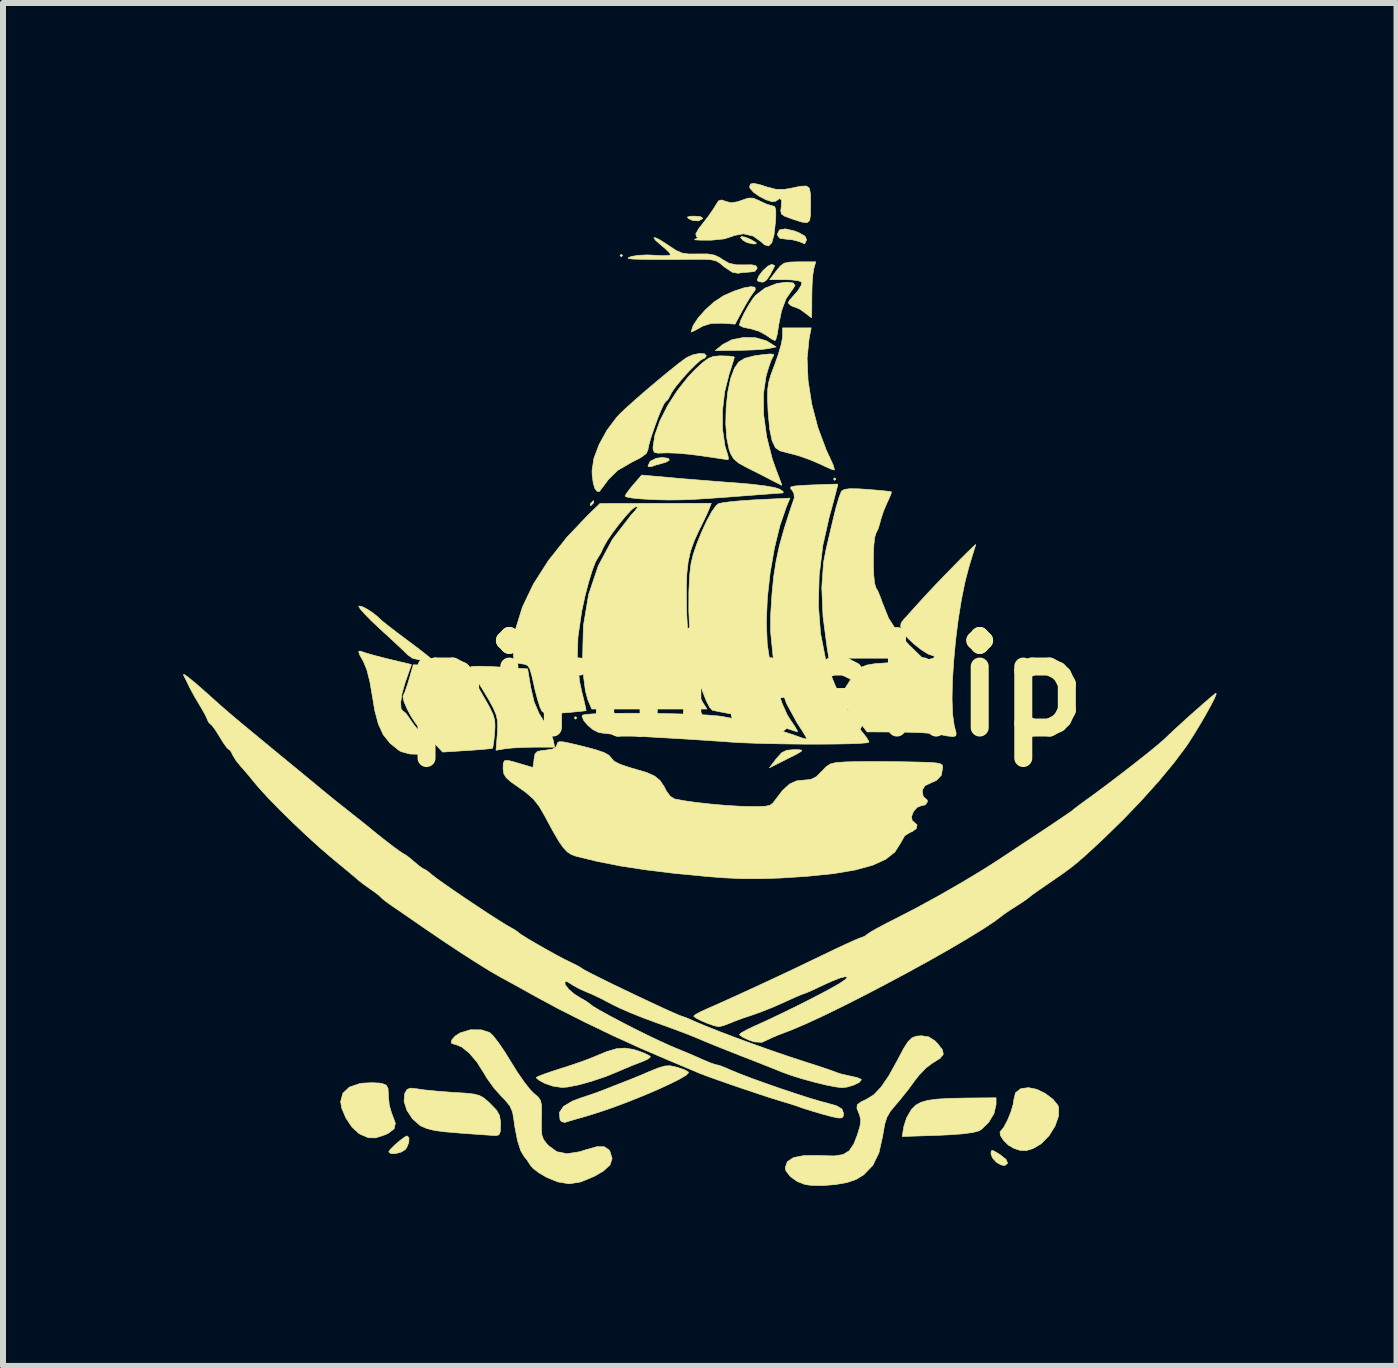
<source format=kicad_pcb>
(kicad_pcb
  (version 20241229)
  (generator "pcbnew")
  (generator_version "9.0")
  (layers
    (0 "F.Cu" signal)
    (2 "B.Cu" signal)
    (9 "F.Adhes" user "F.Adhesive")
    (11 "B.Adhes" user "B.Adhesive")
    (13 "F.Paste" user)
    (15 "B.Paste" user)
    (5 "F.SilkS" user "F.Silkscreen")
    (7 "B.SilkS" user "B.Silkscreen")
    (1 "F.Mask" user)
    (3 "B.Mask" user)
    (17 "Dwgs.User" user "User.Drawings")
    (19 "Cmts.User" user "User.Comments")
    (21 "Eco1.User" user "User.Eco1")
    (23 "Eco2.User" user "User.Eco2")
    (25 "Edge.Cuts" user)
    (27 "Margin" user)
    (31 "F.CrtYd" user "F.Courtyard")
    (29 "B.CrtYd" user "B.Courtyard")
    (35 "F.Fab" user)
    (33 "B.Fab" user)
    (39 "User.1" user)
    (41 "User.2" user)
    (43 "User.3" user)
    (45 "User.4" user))
  (footprint "pirateship"
    (layer "F.Cu")
    (at 9.354 8.382)
    (property "Reference" "pirateship" (at 0 0 0) (layer "F.SilkS") (effects (font (size 1.524 1.524) (thickness 0.3))))
    (attr through_hole)
    (fp_poly (pts (xy -2.794 0.529) (xy -2.815 0.55) (xy -2.836 0.529) (xy -2.815 0.508) (xy -2.794 0.529)) (stroke (width 0.01) (type solid)) (fill yes) (layer "F.SilkS"))
    (fp_poly (pts (xy -2.032 -7.176) (xy -2.053 -7.154) (xy -2.074 -7.176) (xy -2.053 -7.197) (xy -2.032 -7.176)) (stroke (width 0.01) (type solid)) (fill yes) (layer "F.SilkS"))
    (fp_poly (pts (xy 1.524 -3.45) (xy 1.503 -3.429) (xy 1.482 -3.45) (xy 1.503 -3.471) (xy 1.524 -3.45)) (stroke (width 0.01) (type solid)) (fill yes) (layer "F.SilkS"))
    (fp_poly (pts (xy -2.511 -3.063) (xy -2.519 -3.048) (xy -2.559 -3.008) (xy -2.566 -3.006) (xy -2.569 -3.033) (xy -2.561 -3.048) (xy -2.521 -3.088) (xy -2.514 -3.09) (xy -2.511 -3.063)) (stroke (width 0.01) (type solid)) (fill yes) (layer "F.SilkS"))
    (fp_poly (pts (xy -0.732 -7.822) (xy -0.696 -7.797) (xy -0.699 -7.789) (xy -0.765 -7.752) (xy -0.866 -7.759) (xy -0.931 -7.789) (xy -0.952 -7.816) (xy -0.901 -7.829) (xy -0.834 -7.831) (xy -0.732 -7.822)) (stroke (width 0.01) (type solid)) (fill yes) (layer "F.SilkS"))
    (fp_poly (pts (xy 0.018 -7.479) (xy 0.113 -7.437) (xy 0.127 -7.429) (xy 0.195 -7.387) (xy 0.193 -7.37) (xy 0.146 -7.367) (xy 0.043 -7.391) (xy -0.024 -7.428) (xy -0.067 -7.474) (xy -0.048 -7.491) (xy 0.018 -7.479)) (stroke (width 0.01) (type solid)) (fill yes) (layer "F.SilkS"))
    (fp_poly (pts (xy -1.269 -3.796) (xy -1.252 -3.765) (xy -1.314 -3.729) (xy -1.365 -3.715) (xy -1.477 -3.684) (xy -1.535 -3.663) (xy -1.595 -3.654) (xy -1.609 -3.67) (xy -1.57 -3.747) (xy -1.47 -3.797) (xy -1.365 -3.81) (xy -1.269 -3.796)) (stroke (width 0.01) (type solid)) (fill yes) (layer "F.SilkS"))
    (fp_poly (pts (xy 0.911 1.059) (xy 0.954 1.067) (xy 0.942 1.089) (xy 0.867 1.133) (xy 0.723 1.205) (xy 0.684 1.225) (xy 0.415 1.36) (xy 0.53 1.209) (xy 0.617 1.111) (xy 0.703 1.068) (xy 0.816 1.058) (xy 0.911 1.059)) (stroke (width 0.01) (type solid)) (fill yes) (layer "F.SilkS"))
    (fp_poly (pts (xy 4.213 7.777) (xy 4.253 7.802) (xy 4.357 7.884) (xy 4.384 7.948) (xy 4.336 7.988) (xy 4.274 7.976) (xy 4.201 7.935) (xy 4.13 7.858) (xy 4.106 7.789) (xy 4.112 7.741) (xy 4.141 7.737) (xy 4.213 7.777)) (stroke (width 0.01) (type solid)) (fill yes) (layer "F.SilkS"))
    (fp_poly (pts (xy 0.499 -7.011) (xy 0.5 -6.996) (xy 0.425 -6.851) (xy 0.369 -6.77) (xy 0.32 -6.735) (xy 0.29 -6.731) (xy 0.224 -6.748) (xy 0.212 -6.768) (xy 0.241 -6.838) (xy 0.309 -6.925) (xy 0.389 -6.998) (xy 0.451 -7.027) (xy 0.499 -7.011)) (stroke (width 0.01) (type solid)) (fill yes) (layer "F.SilkS"))
    (fp_poly (pts (xy -5.59 7.525) (xy -5.593 7.6) (xy -5.625 7.683) (xy -5.655 7.723) (xy -5.726 7.765) (xy -5.817 7.788) (xy -5.895 7.787) (xy -5.927 7.759) (xy -5.897 7.714) (xy -5.824 7.643) (xy -5.736 7.567) (xy -5.658 7.51) (xy -5.62 7.493) (xy -5.59 7.525)) (stroke (width 0.01) (type solid)) (fill yes) (layer "F.SilkS"))
    (fp_poly (pts (xy 0.187 -5.805) (xy 0.362 -5.755) (xy 0.394 -5.736) (xy 0.527 -5.652) (xy 0.401 -5.625) (xy 0.302 -5.612) (xy 0.146 -5.602) (xy -0.039 -5.596) (xy -0.106 -5.595) (xy -0.487 -5.591) (xy -0.363 -5.692) (xy -0.209 -5.772) (xy -0.014 -5.81) (xy 0.187 -5.805)) (stroke (width 0.01) (type solid)) (fill yes) (layer "F.SilkS"))
    (fp_poly (pts (xy 0.826 -7.586) (xy 0.904 -7.556) (xy 1.008 -7.498) (xy 1.034 -7.439) (xy 1.031 -7.429) (xy 1.007 -7.376) (xy 1.001 -7.369) (xy 0.963 -7.386) (xy 0.91 -7.408) (xy 0.807 -7.435) (xy 0.688 -7.448) (xy 0.59 -7.461) (xy 0.553 -7.506) (xy 0.55 -7.535) (xy 0.583 -7.602) (xy 0.678 -7.619) (xy 0.826 -7.586)) (stroke (width 0.01) (type solid)) (fill yes) (layer "F.SilkS"))
    (fp_poly (pts (xy 4.191 6.969) (xy 4.157 7.118) (xy 4.068 7.267) (xy 3.949 7.383) (xy 3.906 7.408) (xy 3.806 7.436) (xy 3.631 7.459) (xy 3.394 7.476) (xy 3.209 7.484) (xy 2.628 7.503) (xy 2.654 7.339) (xy 2.701 7.192) (xy 2.779 7.057) (xy 2.785 7.048) (xy 2.851 6.983) (xy 2.936 6.935) (xy 3.051 6.901) (xy 3.211 6.88) (xy 3.429 6.867) (xy 3.717 6.862) (xy 3.736 6.862) (xy 4.191 6.858) (xy 4.191 6.969)) (stroke (width 0.01) (type solid)) (fill yes) (layer "F.SilkS"))
    (fp_poly (pts (xy 0.173 -6.647) (xy 0.181 -6.605) (xy 0.155 -6.568) (xy 0.102 -6.494) (xy 0.029 -6.374) (xy -0.032 -6.265) (xy -0.157 -6.032) (xy -0.375 -6.047) (xy -0.553 -6.044) (xy -0.694 -6) (xy -0.741 -5.974) (xy -0.833 -5.923) (xy -0.885 -5.901) (xy -0.889 -5.902) (xy -0.856 -6.007) (xy -0.77 -6.138) (xy -0.646 -6.276) (xy -0.504 -6.403) (xy -0.359 -6.499) (xy -0.339 -6.51) (xy -0.162 -6.586) (xy -0.01 -6.636) (xy 0.105 -6.656) (xy 0.173 -6.647)) (stroke (width 0.01) (type solid)) (fill yes) (layer "F.SilkS"))
    (fp_poly (pts (xy -6.08 6.613) (xy -6.036 6.62) (xy -5.969 6.648) (xy -5.939 6.703) (xy -5.933 6.812) (xy -5.933 6.829) (xy -5.918 6.982) (xy -5.876 7.127) (xy -5.865 7.15) (xy -5.817 7.282) (xy -5.838 7.375) (xy -5.934 7.449) (xy -5.988 7.474) (xy -6.142 7.525) (xy -6.264 7.524) (xy -6.392 7.47) (xy -6.427 7.45) (xy -6.54 7.346) (xy -6.641 7.195) (xy -6.71 7.033) (xy -6.729 6.921) (xy -6.691 6.782) (xy -6.582 6.68) (xy -6.411 6.621) (xy -6.358 6.614) (xy -6.21 6.607) (xy -6.08 6.613)) (stroke (width 0.01) (type solid)) (fill yes) (layer "F.SilkS"))
    (fp_poly (pts (xy 4.867 6.716) (xy 5.012 6.787) (xy 5.139 6.883) (xy 5.221 6.984) (xy 5.233 7.015) (xy 5.233 7.161) (xy 5.175 7.327) (xy 5.074 7.49) (xy 4.943 7.624) (xy 4.811 7.702) (xy 4.692 7.738) (xy 4.592 7.734) (xy 4.487 7.7) (xy 4.395 7.645) (xy 4.315 7.566) (xy 4.263 7.485) (xy 4.257 7.425) (xy 4.268 7.413) (xy 4.32 7.35) (xy 4.381 7.235) (xy 4.437 7.099) (xy 4.476 6.97) (xy 4.486 6.898) (xy 4.515 6.774) (xy 4.604 6.706) (xy 4.732 6.689) (xy 4.867 6.716)) (stroke (width 0.01) (type solid)) (fill yes) (layer "F.SilkS"))
    (fp_poly (pts (xy -6.379 -1.329) (xy -6.292 -1.286) (xy -6.19 -1.219) (xy -6.1 -1.146) (xy -6.075 -1.12) (xy -6.026 -1.077) (xy -5.923 -0.996) (xy -5.783 -0.888) (xy -5.62 -0.766) (xy -5.461 -0.647) (xy -5.33 -0.546) (xy -5.241 -0.474) (xy -5.207 -0.442) (xy -5.207 -0.442) (xy -5.244 -0.431) (xy -5.337 -0.427) (xy -5.366 -0.428) (xy -5.527 -0.463) (xy -5.609 -0.52) (xy -5.673 -0.583) (xy -5.784 -0.688) (xy -5.926 -0.82) (xy -6.075 -0.956) (xy -6.219 -1.092) (xy -6.333 -1.208) (xy -6.406 -1.292) (xy -6.427 -1.333) (xy -6.427 -1.334) (xy -6.379 -1.329)) (stroke (width 0.01) (type solid)) (fill yes) (layer "F.SilkS"))
    (fp_poly (pts (xy 0.812 -6.718) (xy 0.842 -6.675) (xy 0.795 -6.601) (xy 0.782 -6.587) (xy 0.691 -6.452) (xy 0.617 -6.254) (xy 0.569 -6.016) (xy 0.566 -5.993) (xy 0.546 -5.865) (xy 0.523 -5.779) (xy 0.508 -5.757) (xy 0.457 -5.781) (xy 0.373 -5.839) (xy 0.364 -5.846) (xy 0.244 -5.912) (xy 0.101 -5.955) (xy 0.083 -5.958) (xy -0.022 -5.98) (xy -0.081 -6.01) (xy -0.085 -6.019) (xy -0.063 -6.093) (xy -0.008 -6.209) (xy 0.064 -6.339) (xy 0.139 -6.455) (xy 0.185 -6.512) (xy 0.342 -6.632) (xy 0.541 -6.71) (xy 0.704 -6.731) (xy 0.812 -6.718)) (stroke (width 0.01) (type solid)) (fill yes) (layer "F.SilkS"))
    (fp_poly (pts (xy -4.23 -0.327) (xy -4.074 -0.318) (xy -3.613 -0.288) (xy -3.561 0.025) (xy -3.506 0.261) (xy -3.424 0.454) (xy -3.36 0.558) (xy -3.276 0.696) (xy -3.213 0.825) (xy -3.188 0.897) (xy -3.164 1.016) (xy -3.498 1.016) (xy -3.681 1.02) (xy -3.853 1.029) (xy -3.978 1.041) (xy -3.985 1.042) (xy -4.14 1.068) (xy -4.118 0.794) (xy -4.111 0.676) (xy -4.115 0.577) (xy -4.136 0.481) (xy -4.181 0.372) (xy -4.256 0.233) (xy -4.366 0.05) (xy -4.457 -0.097) (xy -4.521 -0.211) (xy -4.557 -0.295) (xy -4.559 -0.324) (xy -4.509 -0.331) (xy -4.393 -0.332) (xy -4.23 -0.327)) (stroke (width 0.01) (type solid)) (fill yes) (layer "F.SilkS"))
    (fp_poly (pts (xy -1.854 6.052) (xy -1.783 6.073) (xy -1.663 6.118) (xy -1.584 6.158) (xy -1.566 6.176) (xy -1.602 6.208) (xy -1.691 6.25) (xy -1.725 6.263) (xy -1.86 6.315) (xy -2.022 6.383) (xy -2.095 6.415) (xy -2.314 6.504) (xy -2.545 6.582) (xy -2.764 6.643) (xy -2.948 6.679) (xy -3.042 6.686) (xy -3.192 6.664) (xy -3.334 6.615) (xy -3.424 6.564) (xy -3.47 6.526) (xy -3.471 6.522) (xy -3.434 6.5) (xy -3.332 6.461) (xy -3.185 6.411) (xy -3.08 6.377) (xy -2.887 6.315) (xy -2.704 6.252) (xy -2.561 6.198) (xy -2.519 6.181) (xy -2.302 6.091) (xy -2.135 6.041) (xy -1.993 6.03) (xy -1.854 6.052)) (stroke (width 0.01) (type solid)) (fill yes) (layer "F.SilkS"))
    (fp_poly (pts (xy -1.227 -3.474) (xy -0.99 -3.453) (xy -0.705 -3.43) (xy -0.407 -3.406) (xy -0.133 -3.386) (xy 0.131 -3.363) (xy 0.348 -3.336) (xy 0.506 -3.308) (xy 0.587 -3.281) (xy 0.647 -3.239) (xy 0.64 -3.219) (xy 0.635 -3.218) (xy 0.574 -3.215) (xy 0.444 -3.205) (xy 0.257 -3.191) (xy 0.029 -3.174) (xy -0.226 -3.155) (xy -0.233 -3.154) (xy -0.564 -3.13) (xy -0.832 -3.113) (xy -1.057 -3.104) (xy -1.258 -3.102) (xy -1.456 -3.106) (xy -1.672 -3.117) (xy -1.746 -3.122) (xy -1.877 -3.135) (xy -1.965 -3.152) (xy -1.99 -3.167) (xy -1.964 -3.214) (xy -1.899 -3.3) (xy -1.851 -3.357) (xy -1.713 -3.517) (xy -1.227 -3.474)) (stroke (width 0.01) (type solid)) (fill yes) (layer "F.SilkS"))
    (fp_poly (pts (xy 0.263 -8.353) (xy 0.377 -8.316) (xy 0.528 -8.277) (xy 0.672 -8.278) (xy 0.771 -8.295) (xy 0.934 -8.329) (xy 1.032 -8.333) (xy 1.081 -8.296) (xy 1.099 -8.202) (xy 1.101 -8.039) (xy 1.101 -8.022) (xy 1.099 -7.853) (xy 1.085 -7.757) (xy 1.041 -7.721) (xy 0.952 -7.733) (xy 0.803 -7.781) (xy 0.791 -7.785) (xy 0.672 -7.828) (xy 0.615 -7.867) (xy 0.604 -7.923) (xy 0.613 -7.99) (xy 0.62 -8.095) (xy 0.588 -8.126) (xy 0.521 -8.081) (xy 0.519 -8.08) (xy 0.458 -8.072) (xy 0.358 -8.104) (xy 0.246 -8.162) (xy 0.149 -8.231) (xy 0.091 -8.297) (xy 0.085 -8.32) (xy 0.1 -8.366) (xy 0.155 -8.377) (xy 0.263 -8.353)) (stroke (width 0.01) (type solid)) (fill yes) (layer "F.SilkS"))
    (fp_poly (pts (xy 1.154 -6.953) (xy 1.139 -6.856) (xy 1.127 -6.704) (xy 1.122 -6.526) (xy 1.122 -6.488) (xy 1.121 -6.328) (xy 1.12 -6.206) (xy 1.118 -6.143) (xy 1.117 -6.138) (xy 1.084 -6.161) (xy 1.012 -6.217) (xy 1.004 -6.223) (xy 0.92 -6.282) (xy 0.862 -6.308) (xy 0.861 -6.308) (xy 0.797 -6.329) (xy 0.766 -6.347) (xy 0.727 -6.386) (xy 0.756 -6.437) (xy 0.766 -6.447) (xy 0.893 -6.592) (xy 0.951 -6.69) (xy 0.951 -6.733) (xy 0.899 -6.754) (xy 0.788 -6.769) (xy 0.673 -6.773) (xy 0.419 -6.773) (xy 0.532 -6.921) (xy 0.599 -7.002) (xy 0.661 -7.047) (xy 0.748 -7.065) (xy 0.887 -7.07) (xy 0.916 -7.07) (xy 1.187 -7.07) (xy 1.154 -6.953)) (stroke (width 0.01) (type solid)) (fill yes) (layer "F.SilkS"))
    (fp_poly (pts (xy -5.098 -0.344) (xy -4.919 -0.339) (xy -4.789 -0.329) (xy -4.693 -0.3) (xy -4.615 -0.244) (xy -4.539 -0.148) (xy -4.449 -0.002) (xy -4.338 0.191) (xy -4.245 0.355) (xy -4.189 0.473) (xy -4.162 0.569) (xy -4.157 0.668) (xy -4.163 0.776) (xy -4.176 0.91) (xy -4.19 1.005) (xy -4.198 1.035) (xy -4.244 1.042) (xy -4.355 1.053) (xy -4.512 1.065) (xy -4.62 1.072) (xy -5.029 1.098) (xy -5.171 0.947) (xy -5.272 0.841) (xy -5.362 0.751) (xy -5.389 0.726) (xy -5.467 0.636) (xy -5.549 0.513) (xy -5.621 0.38) (xy -5.672 0.26) (xy -5.691 0.177) (xy -5.686 0.159) (xy -5.656 0.091) (xy -5.614 -0.029) (xy -5.585 -0.125) (xy -5.519 -0.356) (xy -5.098 -0.344)) (stroke (width 0.01) (type solid)) (fill yes) (layer "F.SilkS"))
    (fp_poly (pts (xy -5.458 6.708) (xy -5.442 6.711) (xy -5.324 6.728) (xy -5.151 6.745) (xy -4.95 6.761) (xy -4.838 6.769) (xy -4.643 6.781) (xy -4.51 6.796) (xy -4.419 6.819) (xy -4.349 6.857) (xy -4.277 6.917) (xy -4.235 6.957) (xy -4.133 7.063) (xy -4.082 7.151) (xy -4.065 7.255) (xy -4.064 7.306) (xy -4.069 7.422) (xy -4.091 7.475) (xy -4.141 7.488) (xy -4.159 7.487) (xy -4.238 7.482) (xy -4.381 7.472) (xy -4.566 7.459) (xy -4.757 7.445) (xy -4.994 7.425) (xy -5.166 7.402) (xy -5.288 7.372) (xy -5.381 7.333) (xy -5.407 7.318) (xy -5.532 7.208) (xy -5.625 7.066) (xy -5.672 6.917) (xy -5.661 6.788) (xy -5.658 6.78) (xy -5.619 6.717) (xy -5.563 6.697) (xy -5.458 6.708)) (stroke (width 0.01) (type solid)) (fill yes) (layer "F.SilkS"))
    (fp_poly (pts (xy -0.257 -5.499) (xy -0.182 -5.489) (xy -0.169 -5.481) (xy -0.182 -5.432) (xy -0.215 -5.327) (xy -0.256 -5.2) (xy -0.331 -4.904) (xy -0.367 -4.588) (xy -0.366 -4.278) (xy -0.325 -3.999) (xy -0.276 -3.842) (xy -0.266 -3.784) (xy -0.281 -3.773) (xy -0.336 -3.781) (xy -0.455 -3.799) (xy -0.617 -3.823) (xy -0.72 -3.838) (xy -0.922 -3.864) (xy -1.119 -3.881) (xy -1.277 -3.887) (xy -1.323 -3.886) (xy -1.444 -3.882) (xy -1.503 -3.896) (xy -1.522 -3.939) (xy -1.524 -3.983) (xy -1.493 -4.184) (xy -1.409 -4.42) (xy -1.28 -4.675) (xy -1.117 -4.928) (xy -0.931 -5.162) (xy -0.816 -5.281) (xy -0.691 -5.396) (xy -0.6 -5.462) (xy -0.517 -5.494) (xy -0.417 -5.503) (xy -0.376 -5.503) (xy -0.257 -5.499)) (stroke (width 0.01) (type solid)) (fill yes) (layer "F.SilkS"))
    (fp_poly (pts (xy 0.482 -5.53) (xy 0.485 -5.507) (xy 0.477 -5.495) (xy 0.443 -5.427) (xy 0.4 -5.305) (xy 0.359 -5.165) (xy 0.315 -4.867) (xy 0.319 -4.523) (xy 0.369 -4.156) (xy 0.462 -3.788) (xy 0.529 -3.599) (xy 0.579 -3.469) (xy 0.612 -3.378) (xy 0.621 -3.346) (xy 0.583 -3.365) (xy 0.495 -3.41) (xy 0.445 -3.436) (xy 0.309 -3.506) (xy 0.143 -3.59) (xy 0.04 -3.641) (xy -0.098 -3.717) (xy -0.181 -3.788) (xy -0.233 -3.879) (xy -0.256 -3.943) (xy -0.295 -4.131) (xy -0.312 -4.371) (xy -0.306 -4.634) (xy -0.28 -4.892) (xy -0.234 -5.115) (xy -0.225 -5.144) (xy -0.167 -5.298) (xy -0.097 -5.4) (xy 0.005 -5.463) (xy 0.159 -5.503) (xy 0.293 -5.522) (xy 0.423 -5.535) (xy 0.482 -5.53)) (stroke (width 0.01) (type solid)) (fill yes) (layer "F.SilkS"))
    (fp_poly (pts (xy 1.076 -5.789) (xy 1.043 -5.463) (xy 1.059 -5.093) (xy 1.12 -4.7) (xy 1.223 -4.306) (xy 1.363 -3.932) (xy 1.425 -3.799) (xy 1.475 -3.689) (xy 1.497 -3.616) (xy 1.493 -3.6) (xy 1.439 -3.618) (xy 1.337 -3.663) (xy 1.257 -3.701) (xy 1.092 -3.772) (xy 0.916 -3.834) (xy 0.855 -3.852) (xy 0.723 -3.886) (xy 0.617 -3.914) (xy 0.589 -3.921) (xy 0.515 -3.973) (xy 0.459 -4.091) (xy 0.42 -4.28) (xy 0.395 -4.546) (xy 0.392 -4.593) (xy 0.384 -4.794) (xy 0.386 -4.94) (xy 0.403 -5.061) (xy 0.44 -5.187) (xy 0.5 -5.347) (xy 0.503 -5.355) (xy 0.564 -5.529) (xy 0.611 -5.69) (xy 0.634 -5.81) (xy 0.635 -5.831) (xy 0.635 -5.969) (xy 1.111 -5.969) (xy 1.076 -5.789)) (stroke (width 0.01) (type solid)) (fill yes) (layer "F.SilkS"))
    (fp_poly (pts (xy -1.149 6.343) (xy -1.116 6.352) (xy -1.006 6.389) (xy -0.94 6.425) (xy -0.931 6.438) (xy -0.969 6.479) (xy -1.074 6.542) (xy -1.233 6.622) (xy -1.432 6.714) (xy -1.66 6.812) (xy -1.904 6.91) (xy -2.149 7.003) (xy -2.384 7.085) (xy -2.595 7.152) (xy -2.623 7.16) (xy -2.781 7.205) (xy -2.91 7.243) (xy -2.987 7.267) (xy -2.993 7.269) (xy -3.051 7.254) (xy -3.074 7.22) (xy -3.084 7.104) (xy -3.016 7.002) (xy -2.867 6.913) (xy -2.723 6.859) (xy -2.557 6.804) (xy -2.406 6.75) (xy -2.307 6.712) (xy -2.175 6.659) (xy -2.034 6.605) (xy -2.032 6.604) (xy -1.917 6.559) (xy -1.759 6.495) (xy -1.593 6.424) (xy -1.437 6.361) (xy -1.331 6.329) (xy -1.244 6.324) (xy -1.149 6.343)) (stroke (width 0.01) (type solid)) (fill yes) (layer "F.SilkS"))
    (fp_poly (pts (xy -6.361 -0.57) (xy -6.287 -0.546) (xy -6.155 -0.509) (xy -5.988 -0.466) (xy -5.918 -0.449) (xy -5.549 -0.36) (xy -5.652 -0.066) (xy -5.705 0.116) (xy -5.728 0.269) (xy -5.722 0.376) (xy -5.685 0.423) (xy -5.677 0.423) (xy -5.639 0.456) (xy -5.582 0.536) (xy -5.575 0.548) (xy -5.506 0.646) (xy -5.403 0.773) (xy -5.312 0.876) (xy -5.212 0.985) (xy -5.164 1.049) (xy -5.163 1.082) (xy -5.2 1.102) (xy -5.217 1.107) (xy -5.396 1.136) (xy -5.576 1.13) (xy -5.723 1.09) (xy -5.758 1.07) (xy -5.908 0.948) (xy -6.019 0.808) (xy -6.1 0.632) (xy -6.161 0.403) (xy -6.2 0.167) (xy -6.242 -0.076) (xy -6.292 -0.273) (xy -6.346 -0.404) (xy -6.347 -0.407) (xy -6.411 -0.522) (xy -6.429 -0.577) (xy -6.403 -0.585) (xy -6.361 -0.57)) (stroke (width 0.01) (type solid)) (fill yes) (layer "F.SilkS"))
    (fp_poly (pts (xy 0.145 -8.131) (xy 0.242 -8.09) (xy 0.258 -8.081) (xy 0.369 -8.03) (xy 0.458 -8.004) (xy 0.468 -8.003) (xy 0.504 -7.988) (xy 0.521 -7.934) (xy 0.521 -7.823) (xy 0.516 -7.736) (xy 0.492 -7.522) (xy 0.455 -7.388) (xy 0.402 -7.334) (xy 0.332 -7.354) (xy 0.282 -7.401) (xy 0.145 -7.499) (xy -0.016 -7.537) (xy -0.171 -7.509) (xy -0.195 -7.498) (xy -0.337 -7.452) (xy -0.545 -7.431) (xy -0.611 -7.43) (xy -0.744 -7.431) (xy -0.822 -7.436) (xy -0.833 -7.443) (xy -0.828 -7.444) (xy -0.78 -7.466) (xy -0.8 -7.491) (xy -0.812 -7.535) (xy -0.763 -7.622) (xy -0.698 -7.705) (xy -0.599 -7.832) (xy -0.516 -7.953) (xy -0.484 -8.007) (xy -0.433 -8.086) (xy -0.38 -8.101) (xy -0.317 -8.078) (xy -0.221 -8.053) (xy -0.11 -8.072) (xy -0.049 -8.094) (xy 0.063 -8.132) (xy 0.145 -8.131)) (stroke (width 0.01) (type solid)) (fill yes) (layer "F.SilkS"))
    (fp_poly (pts (xy 1.901 -3.288) (xy 2.05 -3.278) (xy 2.22 -3.264) (xy 2.355 -3.251) (xy 2.435 -3.241) (xy 2.448 -3.237) (xy 2.439 -3.196) (xy 2.4 -3.107) (xy 2.379 -3.063) (xy 2.317 -2.919) (xy 2.27 -2.774) (xy 2.265 -2.752) (xy 2.232 -2.636) (xy 2.194 -2.554) (xy 2.191 -2.55) (xy 2.17 -2.481) (xy 2.155 -2.352) (xy 2.148 -2.187) (xy 2.147 -2.01) (xy 2.154 -1.844) (xy 2.167 -1.714) (xy 2.188 -1.644) (xy 2.188 -1.643) (xy 2.229 -1.569) (xy 2.275 -1.453) (xy 2.286 -1.418) (xy 2.4 -1.133) (xy 2.556 -0.89) (xy 2.738 -0.69) (xy 2.967 -0.466) (xy 1.406 -0.466) (xy 1.379 -0.624) (xy 1.308 -1.162) (xy 1.288 -1.643) (xy 1.317 -2.061) (xy 1.356 -2.265) (xy 1.384 -2.384) (xy 1.424 -2.556) (xy 1.469 -2.748) (xy 1.485 -2.815) (xy 1.529 -2.99) (xy 1.572 -3.135) (xy 1.608 -3.231) (xy 1.62 -3.252) (xy 1.665 -3.278) (xy 1.754 -3.29) (xy 1.901 -3.288)) (stroke (width 0.01) (type solid)) (fill yes) (layer "F.SilkS"))
    (fp_poly (pts (xy -0.667 -5.538) (xy -0.635 -5.503) (xy -0.667 -5.462) (xy -0.678 -5.461) (xy -0.733 -5.431) (xy -0.822 -5.351) (xy -0.932 -5.24) (xy -1.044 -5.115) (xy -1.143 -4.994) (xy -1.213 -4.895) (xy -1.231 -4.859) (xy -1.276 -4.776) (xy -1.313 -4.741) (xy -1.342 -4.704) (xy -1.387 -4.607) (xy -1.443 -4.471) (xy -1.5 -4.315) (xy -1.552 -4.162) (xy -1.59 -4.032) (xy -1.608 -3.945) (xy -1.609 -3.937) (xy -1.637 -3.876) (xy -1.728 -3.808) (xy -1.879 -3.731) (xy -2.112 -3.596) (xy -2.268 -3.443) (xy -2.268 -3.443) (xy -2.345 -3.339) (xy -2.403 -3.263) (xy -2.417 -3.245) (xy -2.457 -3.247) (xy -2.494 -3.295) (xy -2.521 -3.388) (xy -2.538 -3.524) (xy -2.54 -3.592) (xy -2.509 -3.796) (xy -2.422 -4.027) (xy -2.293 -4.261) (xy -2.133 -4.475) (xy -2.064 -4.548) (xy -1.947 -4.658) (xy -1.791 -4.797) (xy -1.612 -4.952) (xy -1.426 -5.109) (xy -1.25 -5.254) (xy -1.1 -5.374) (xy -0.99 -5.456) (xy -0.965 -5.473) (xy -0.859 -5.521) (xy -0.751 -5.543) (xy -0.667 -5.538)) (stroke (width 0.01) (type solid)) (fill yes) (layer "F.SilkS"))
    (fp_poly (pts (xy -1.399 -7.429) (xy -1.271 -7.346) (xy -1.143 -7.261) (xy -1.041 -7.216) (xy -0.927 -7.2) (xy -0.779 -7.201) (xy -0.614 -7.201) (xy -0.502 -7.182) (xy -0.41 -7.139) (xy -0.369 -7.11) (xy -0.259 -7.046) (xy -0.136 -7.02) (xy -0.011 -7.019) (xy 0.124 -7.02) (xy 0.192 -7.003) (xy 0.212 -6.965) (xy 0.212 -6.964) (xy 0.174 -6.913) (xy 0.095 -6.9) (xy -0.026 -6.892) (xy -0.106 -6.879) (xy -0.203 -6.896) (xy -0.33 -6.981) (xy -0.339 -6.988) (xy -0.408 -7.046) (xy -0.47 -7.083) (xy -0.546 -7.103) (xy -0.655 -7.112) (xy -0.817 -7.112) (xy -0.931 -7.111) (xy -1.162 -7.109) (xy -1.403 -7.109) (xy -1.616 -7.11) (xy -1.693 -7.111) (xy -1.848 -7.115) (xy -1.928 -7.123) (xy -1.941 -7.135) (xy -1.896 -7.155) (xy -1.884 -7.159) (xy -1.772 -7.178) (xy -1.616 -7.185) (xy -1.492 -7.179) (xy -1.355 -7.172) (xy -1.26 -7.176) (xy -1.228 -7.188) (xy -1.258 -7.23) (xy -1.334 -7.302) (xy -1.379 -7.338) (xy -1.478 -7.425) (xy -1.51 -7.469) (xy -1.482 -7.471) (xy -1.399 -7.429)) (stroke (width 0.01) (type solid)) (fill yes) (layer "F.SilkS"))
    (fp_poly (pts (xy 0.699 -2.992) (xy 0.589 -2.674) (xy 0.498 -2.298) (xy 0.427 -1.889) (xy 0.381 -1.473) (xy 0.364 -1.074) (xy 0.378 -0.719) (xy 0.381 -0.682) (xy 0.418 -0.446) (xy 0.477 -0.189) (xy 0.549 0.065) (xy 0.629 0.294) (xy 0.71 0.475) (xy 0.756 0.55) (xy 0.842 0.677) (xy 0.882 0.748) (xy 0.881 0.761) (xy 0.838 0.748) (xy 0.735 0.714) (xy 0.593 0.666) (xy 0.564 0.656) (xy 0.37 0.597) (xy 0.138 0.538) (xy -0.086 0.489) (xy -0.114 0.484) (xy -0.286 0.451) (xy -0.428 0.424) (xy -0.518 0.405) (xy -0.536 0.401) (xy -0.582 0.351) (xy -0.64 0.237) (xy -0.703 0.076) (xy -0.766 -0.115) (xy -0.823 -0.316) (xy -0.866 -0.511) (xy -0.887 -0.637) (xy -0.914 -0.934) (xy -0.928 -1.255) (xy -0.927 -1.572) (xy -0.913 -1.857) (xy -0.891 -2.042) (xy -0.854 -2.195) (xy -0.792 -2.377) (xy -0.714 -2.569) (xy -0.63 -2.751) (xy -0.547 -2.904) (xy -0.474 -3.007) (xy -0.439 -3.038) (xy -0.368 -3.055) (xy -0.232 -3.073) (xy -0.048 -3.09) (xy 0.164 -3.104) (xy 0.199 -3.106) (xy 0.758 -3.133) (xy 0.699 -2.992)) (stroke (width 0.01) (type solid)) (fill yes) (layer "F.SilkS"))
    (fp_poly (pts (xy 3.07 5.843) (xy 3.173 5.91) (xy 3.225 5.964) (xy 3.299 6.061) (xy 3.312 6.134) (xy 3.258 6.201) (xy 3.131 6.28) (xy 3.123 6.285) (xy 3.022 6.362) (xy 2.908 6.481) (xy 2.836 6.573) (xy 2.719 6.732) (xy 2.585 6.899) (xy 2.519 6.976) (xy 2.43 7.083) (xy 2.373 7.181) (xy 2.336 7.298) (xy 2.307 7.465) (xy 2.301 7.502) (xy 2.239 7.776) (xy 2.137 7.984) (xy 1.987 8.14) (xy 1.86 8.218) (xy 1.712 8.269) (xy 1.513 8.304) (xy 1.297 8.321) (xy 1.095 8.315) (xy 1.006 8.302) (xy 0.878 8.252) (xy 0.765 8.171) (xy 0.692 8.079) (xy 0.678 8.026) (xy 0.713 7.923) (xy 0.817 7.854) (xy 0.993 7.82) (xy 1.244 7.819) (xy 1.28 7.821) (xy 1.493 7.827) (xy 1.642 7.804) (xy 1.745 7.741) (xy 1.821 7.629) (xy 1.88 7.478) (xy 1.925 7.328) (xy 1.937 7.227) (xy 1.918 7.145) (xy 1.912 7.131) (xy 1.873 7.033) (xy 1.879 6.973) (xy 1.944 6.925) (xy 2.029 6.885) (xy 2.154 6.808) (xy 2.276 6.68) (xy 2.404 6.493) (xy 2.547 6.235) (xy 2.558 6.214) (xy 2.652 6.036) (xy 2.725 5.923) (xy 2.792 5.858) (xy 2.866 5.831) (xy 2.948 5.825) (xy 3.07 5.843)) (stroke (width 0.01) (type solid)) (fill yes) (layer "F.SilkS"))
    (fp_poly (pts (xy -4.385 5.726) (xy -4.245 5.771) (xy -4.186 5.827) (xy -4.099 5.94) (xy -3.994 6.093) (xy -3.896 6.252) (xy -3.783 6.434) (xy -3.669 6.598) (xy -3.57 6.724) (xy -3.508 6.786) (xy -3.439 6.844) (xy -3.4 6.9) (xy -3.382 6.977) (xy -3.38 7.1) (xy -3.383 7.206) (xy -3.385 7.371) (xy -3.376 7.479) (xy -3.348 7.554) (xy -3.294 7.625) (xy -3.266 7.655) (xy -3.128 7.756) (xy -2.958 7.79) (xy -2.747 7.757) (xy -2.646 7.725) (xy -2.463 7.673) (xy -2.338 7.673) (xy -2.258 7.726) (xy -2.242 7.751) (xy -2.206 7.87) (xy -2.241 7.976) (xy -2.35 8.078) (xy -2.504 8.167) (xy -2.728 8.26) (xy -2.921 8.291) (xy -3.11 8.26) (xy -3.293 8.185) (xy -3.424 8.109) (xy -3.525 8.031) (xy -3.565 7.985) (xy -3.627 7.889) (xy -3.667 7.842) (xy -3.728 7.74) (xy -3.782 7.571) (xy -3.825 7.35) (xy -3.84 7.241) (xy -3.864 7.095) (xy -3.911 6.99) (xy -3.998 6.885) (xy -4.045 6.839) (xy -4.171 6.698) (xy -4.293 6.529) (xy -4.345 6.441) (xy -4.457 6.264) (xy -4.583 6.116) (xy -4.708 6.013) (xy -4.816 5.969) (xy -4.826 5.969) (xy -4.884 5.948) (xy -4.879 5.896) (xy -4.819 5.829) (xy -4.738 5.777) (xy -4.568 5.725) (xy -4.385 5.726)) (stroke (width 0.01) (type solid)) (fill yes) (layer "F.SilkS"))
    (fp_poly (pts (xy 3.84 -2.317) (xy 3.808 -2.214) (xy 3.764 -2.069) (xy 3.746 -2.011) (xy 3.677 -1.752) (xy 3.615 -1.448) (xy 3.561 -1.113) (xy 3.517 -0.764) (xy 3.485 -0.416) (xy 3.464 -0.085) (xy 3.458 0.215) (xy 3.467 0.466) (xy 3.493 0.654) (xy 3.502 0.688) (xy 3.526 0.778) (xy 3.521 0.827) (xy 3.472 0.841) (xy 3.367 0.828) (xy 3.239 0.802) (xy 3.128 0.788) (xy 2.958 0.776) (xy 2.752 0.768) (xy 2.556 0.764) (xy 2.042 0.762) (xy 1.933 0.62) (xy 1.846 0.49) (xy 1.758 0.336) (xy 1.732 0.285) (xy 1.639 0.094) (xy 1.729 -0.048) (xy 1.81 -0.172) (xy 1.877 -0.259) (xy 1.948 -0.317) (xy 2.04 -0.352) (xy 2.17 -0.374) (xy 2.355 -0.387) (xy 2.541 -0.397) (xy 2.754 -0.411) (xy 2.937 -0.428) (xy 3.073 -0.447) (xy 3.146 -0.464) (xy 3.152 -0.468) (xy 3.163 -0.503) (xy 3.137 -0.508) (xy 3.057 -0.536) (xy 2.944 -0.608) (xy 2.821 -0.705) (xy 2.712 -0.808) (xy 2.642 -0.897) (xy 2.638 -0.903) (xy 2.6 -0.994) (xy 2.611 -1.057) (xy 2.658 -1.116) (xy 2.726 -1.191) (xy 2.83 -1.306) (xy 2.949 -1.438) (xy 2.968 -1.459) (xy 3.064 -1.563) (xy 3.188 -1.694) (xy 3.327 -1.839) (xy 3.471 -1.986) (xy 3.606 -2.124) (xy 3.723 -2.24) (xy 3.808 -2.322) (xy 3.849 -2.359) (xy 3.852 -2.359) (xy 3.84 -2.317)) (stroke (width 0.01) (type solid)) (fill yes) (layer "F.SilkS"))
    (fp_poly (pts (xy -0.59 -2.952) (xy -0.627 -2.866) (xy -0.69 -2.734) (xy -0.758 -2.596) (xy -0.839 -2.419) (xy -0.899 -2.251) (xy -0.938 -2.075) (xy -0.961 -1.872) (xy -0.969 -1.626) (xy -0.966 -1.319) (xy -0.962 -1.186) (xy -0.936 -0.739) (xy -0.89 -0.358) (xy -0.825 -0.047) (xy -0.742 0.188) (xy -0.692 0.279) (xy -0.625 0.381) (xy -2.544 0.381) (xy -2.612 0.222) (xy -2.65 0.079) (xy -2.679 -0.141) (xy -2.698 -0.432) (xy -2.698 -0.445) (xy -2.684 -1.006) (xy -2.597 -1.526) (xy -2.436 -2.005) (xy -2.2 -2.446) (xy -1.89 -2.849) (xy -1.831 -2.913) (xy -1.782 -2.976) (xy -1.799 -2.991) (xy -1.831 -2.98) (xy -1.892 -2.93) (xy -1.984 -2.829) (xy -2.091 -2.698) (xy -2.198 -2.557) (xy -2.288 -2.425) (xy -2.345 -2.324) (xy -2.349 -2.316) (xy -2.396 -2.215) (xy -2.435 -2.151) (xy -2.437 -2.149) (xy -2.482 -2.072) (xy -2.537 -1.928) (xy -2.596 -1.736) (xy -2.655 -1.511) (xy -2.707 -1.271) (xy -2.712 -1.249) (xy -2.775 -0.819) (xy -2.787 -0.436) (xy -2.748 -0.078) (xy -2.713 0.085) (xy -2.676 0.235) (xy -2.65 0.349) (xy -2.639 0.405) (xy -2.639 0.408) (xy -2.681 0.414) (xy -2.787 0.425) (xy -2.937 0.439) (xy -2.987 0.443) (xy -3.169 0.456) (xy -3.285 0.453) (xy -3.352 0.435) (xy -3.377 0.414) (xy -3.408 0.347) (xy -3.448 0.22) (xy -3.491 0.057) (xy -3.504 -0.003) (xy -3.543 -0.175) (xy -3.574 -0.281) (xy -3.607 -0.338) (xy -3.651 -0.363) (xy -3.717 -0.373) (xy -3.717 -0.373) (xy -3.796 -0.385) (xy -3.836 -0.416) (xy -3.85 -0.489) (xy -3.852 -0.608) (xy -3.814 -0.951) (xy -3.7 -1.318) (xy -3.517 -1.701) (xy -3.267 -2.092) (xy -2.955 -2.485) (xy -2.613 -2.845) (xy -2.408 -3.043) (xy -1.48 -3.045) (xy -0.553 -3.047) (xy -0.59 -2.952)) (stroke (width 0.01) (type solid)) (fill yes) (layer "F.SilkS"))
    (fp_poly (pts (xy 1.554 -3.365) (xy 1.547 -3.326) (xy 1.52 -3.22) (xy 1.479 -3.063) (xy 1.426 -2.871) (xy 1.415 -2.834) (xy 1.305 -2.345) (xy 1.244 -1.844) (xy 1.231 -1.349) (xy 1.267 -0.878) (xy 1.351 -0.449) (xy 1.414 -0.25) (xy 1.511 -0.011) (xy 1.63 0.237) (xy 1.758 0.469) (xy 1.881 0.661) (xy 1.952 0.753) (xy 2.027 0.847) (xy 2.07 0.918) (xy 2.074 0.933) (xy 2.034 0.944) (xy 1.922 0.953) (xy 1.75 0.96) (xy 1.532 0.964) (xy 1.279 0.966) (xy 1.004 0.966) (xy 0.721 0.963) (xy 0.441 0.958) (xy 0.177 0.951) (xy -0.059 0.942) (xy -0.253 0.93) (xy -0.275 0.928) (xy -0.443 0.916) (xy -0.673 0.901) (xy -0.944 0.883) (xy -1.234 0.866) (xy -1.482 0.852) (xy -1.746 0.836) (xy -1.988 0.818) (xy -2.193 0.801) (xy -2.345 0.785) (xy -2.429 0.772) (xy -2.431 0.771) (xy -2.522 0.726) (xy -2.611 0.652) (xy -2.679 0.571) (xy -2.706 0.504) (xy -2.698 0.483) (xy -2.645 0.471) (xy -2.52 0.462) (xy -2.338 0.455) (xy -2.112 0.452) (xy -1.855 0.451) (xy -1.582 0.453) (xy -1.306 0.457) (xy -1.04 0.464) (xy -0.798 0.472) (xy -0.593 0.483) (xy -0.44 0.496) (xy -0.381 0.503) (xy -0.154 0.548) (xy 0.107 0.609) (xy 0.374 0.678) (xy 0.621 0.748) (xy 0.819 0.813) (xy 0.863 0.829) (xy 0.966 0.866) (xy 1.03 0.881) (xy 1.038 0.88) (xy 1.022 0.842) (xy 0.968 0.752) (xy 0.889 0.63) (xy 0.878 0.614) (xy 0.703 0.294) (xy 0.568 -0.082) (xy 0.476 -0.493) (xy 0.434 -0.915) (xy 0.436 -1.185) (xy 0.457 -1.526) (xy 0.485 -1.816) (xy 0.526 -2.08) (xy 0.582 -2.341) (xy 0.66 -2.621) (xy 0.764 -2.945) (xy 0.83 -3.137) (xy 0.822 -3.219) (xy 0.787 -3.27) (xy 0.765 -3.301) (xy 0.778 -3.321) (xy 0.839 -3.335) (xy 0.961 -3.345) (xy 1.133 -3.353) (xy 1.31 -3.359) (xy 1.45 -3.364) (xy 1.536 -3.366) (xy 1.554 -3.365)) (stroke (width 0.01) (type solid)) (fill yes) (layer "F.SilkS"))
    (fp_poly (pts (xy -3.027 0.927) (xy -2.92 0.948) (xy -2.751 0.988) (xy -2.686 1.004) (xy -2.478 1.059) (xy -2.34 1.106) (xy -2.259 1.151) (xy -2.22 1.197) (xy -2.171 1.252) (xy -2.067 1.304) (xy -1.895 1.361) (xy -1.827 1.38) (xy -1.631 1.438) (xy -1.498 1.498) (xy -1.407 1.572) (xy -1.338 1.675) (xy -1.304 1.744) (xy -1.238 1.834) (xy -1.165 1.879) (xy -1.012 1.908) (xy -0.801 1.938) (xy -0.556 1.965) (xy -0.304 1.987) (xy -0.071 2.001) (xy 0.056 2.005) (xy 0.237 2.006) (xy 0.354 2) (xy 0.426 1.983) (xy 0.471 1.95) (xy 0.502 1.91) (xy 0.634 1.737) (xy 0.752 1.63) (xy 0.871 1.577) (xy 0.977 1.566) (xy 1.103 1.555) (xy 1.197 1.508) (xy 1.287 1.419) (xy 1.362 1.341) (xy 1.433 1.295) (xy 1.525 1.273) (xy 1.668 1.263) (xy 1.714 1.261) (xy 1.866 1.258) (xy 2.078 1.256) (xy 2.325 1.257) (xy 2.581 1.259) (xy 2.656 1.26) (xy 2.903 1.265) (xy 3.078 1.27) (xy 3.192 1.279) (xy 3.26 1.292) (xy 3.292 1.312) (xy 3.302 1.34) (xy 3.302 1.351) (xy 3.279 1.485) (xy 3.199 1.57) (xy 3.108 1.61) (xy 3.005 1.659) (xy 2.966 1.727) (xy 2.963 1.76) (xy 2.978 1.838) (xy 3.006 1.863) (xy 3.043 1.897) (xy 3.048 1.926) (xy 3.012 1.978) (xy 2.951 1.99) (xy 2.876 2.019) (xy 2.815 2.089) (xy 2.783 2.172) (xy 2.793 2.24) (xy 2.82 2.261) (xy 2.875 2.311) (xy 2.862 2.374) (xy 2.79 2.425) (xy 2.769 2.431) (xy 2.67 2.491) (xy 2.595 2.622) (xy 2.595 2.622) (xy 2.505 2.764) (xy 2.353 2.884) (xy 2.135 2.983) (xy 1.847 3.062) (xy 1.485 3.123) (xy 1.043 3.168) (xy 0.974 3.173) (xy 0.593 3.197) (xy 0.267 3.208) (xy -0.03 3.207) (xy -0.326 3.194) (xy -0.593 3.174) (xy -1.149 3.121) (xy -1.633 3.062) (xy -2.06 2.997) (xy -2.442 2.922) (xy -2.794 2.837) (xy -2.805 2.834) (xy -2.884 2.806) (xy -2.952 2.761) (xy -3.021 2.688) (xy -3.099 2.575) (xy -3.195 2.409) (xy -3.319 2.18) (xy -3.32 2.177) (xy -3.42 2.003) (xy -3.52 1.877) (xy -3.647 1.767) (xy -3.75 1.694) (xy -3.889 1.596) (xy -3.971 1.524) (xy -4.01 1.46) (xy -4.021 1.387) (xy -4.022 1.369) (xy -4.019 1.284) (xy -3.997 1.242) (xy -3.94 1.237) (xy -3.829 1.265) (xy -3.743 1.291) (xy -3.624 1.326) (xy -3.545 1.35) (xy -3.527 1.354) (xy -3.518 1.318) (xy -3.507 1.228) (xy -3.506 1.217) (xy -3.49 1.129) (xy -3.449 1.087) (xy -3.357 1.07) (xy -3.315 1.067) (xy -3.193 1.047) (xy -3.135 1.006) (xy -3.125 0.976) (xy -3.114 0.942) (xy -3.087 0.926) (xy -3.027 0.927)) (stroke (width 0.01) (type solid)) (fill yes) (layer "F.SilkS"))
    (fp_poly (pts (xy 7.858 0.136) (xy 7.825 0.213) (xy 7.763 0.333) (xy 7.681 0.481) (xy 7.586 0.644) (xy 7.487 0.807) (xy 7.392 0.955) (xy 7.35 1.016) (xy 7.153 1.279) (xy 6.905 1.578) (xy 6.621 1.895) (xy 6.317 2.213) (xy 6.008 2.515) (xy 6.004 2.519) (xy 5.814 2.697) (xy 5.667 2.831) (xy 5.545 2.937) (xy 5.429 3.03) (xy 5.301 3.124) (xy 5.142 3.234) (xy 5.012 3.323) (xy 4.886 3.41) (xy 4.789 3.479) (xy 4.742 3.517) (xy 4.741 3.518) (xy 4.696 3.553) (xy 4.603 3.616) (xy 4.533 3.661) (xy 4.417 3.735) (xy 4.328 3.796) (xy 4.3 3.817) (xy 4.164 3.92) (xy 3.962 4.053) (xy 3.706 4.21) (xy 3.408 4.385) (xy 3.077 4.573) (xy 2.725 4.766) (xy 2.363 4.96) (xy 2.003 5.148) (xy 1.656 5.324) (xy 1.332 5.482) (xy 1.044 5.616) (xy 0.801 5.72) (xy 0.699 5.76) (xy 0.559 5.813) (xy 0.451 5.859) (xy 0.402 5.883) (xy 0.29 5.934) (xy 0.161 5.926) (xy 0.073 5.896) (xy -0.026 5.85) (xy -0.081 5.811) (xy -0.085 5.803) (xy -0.049 5.773) (xy 0.046 5.721) (xy 0.18 5.657) (xy 0.201 5.649) (xy 0.387 5.564) (xy 0.612 5.457) (xy 0.854 5.339) (xy 1.094 5.218) (xy 1.312 5.105) (xy 1.488 5.009) (xy 1.584 4.954) (xy 1.684 4.885) (xy 1.713 4.847) (xy 1.679 4.84) (xy 1.59 4.862) (xy 1.455 4.915) (xy 1.333 4.97) (xy 1.185 5.04) (xy 1.068 5.093) (xy 1.001 5.12) (xy 0.993 5.122) (xy 0.946 5.139) (xy 0.843 5.183) (xy 0.703 5.246) (xy 0.665 5.264) (xy 0.479 5.346) (xy 0.286 5.423) (xy 0.127 5.48) (xy 0.127 5.48) (xy -0.03 5.532) (xy -0.175 5.586) (xy -0.239 5.613) (xy -0.346 5.654) (xy -0.426 5.673) (xy -0.429 5.673) (xy -0.502 5.658) (xy -0.609 5.621) (xy -0.721 5.574) (xy -0.809 5.529) (xy -0.846 5.498) (xy -0.847 5.498) (xy -0.811 5.468) (xy -0.719 5.419) (xy -0.624 5.376) (xy -0.413 5.283) (xy -0.143 5.161) (xy 0.166 5.019) (xy 0.498 4.865) (xy 0.833 4.707) (xy 1.154 4.553) (xy 1.3 4.483) (xy 1.508 4.383) (xy 1.69 4.298) (xy 1.832 4.234) (xy 1.921 4.197) (xy 1.942 4.191) (xy 2.006 4.165) (xy 2.04 4.138) (xy 2.1 4.097) (xy 2.217 4.03) (xy 2.372 3.948) (xy 2.477 3.895) (xy 2.854 3.701) (xy 3.251 3.484) (xy 3.64 3.26) (xy 3.997 3.044) (xy 4.217 2.904) (xy 4.295 2.852) (xy 4.427 2.765) (xy 4.599 2.651) (xy 4.794 2.522) (xy 4.889 2.459) (xy 5.08 2.333) (xy 5.244 2.222) (xy 5.371 2.136) (xy 5.446 2.084) (xy 5.461 2.072) (xy 5.505 2.036) (xy 5.595 1.968) (xy 5.686 1.902) (xy 5.874 1.765) (xy 6.084 1.608) (xy 6.303 1.441) (xy 6.515 1.276) (xy 6.708 1.124) (xy 6.867 0.994) (xy 6.978 0.899) (xy 7.009 0.87) (xy 7.098 0.785) (xy 7.222 0.67) (xy 7.366 0.539) (xy 7.515 0.406) (xy 7.654 0.284) (xy 7.767 0.186) (xy 7.84 0.127) (xy 7.855 0.116) (xy 7.858 0.136)) (stroke (width 0.01) (type solid)) (fill yes) (layer "F.SilkS"))
    (fp_poly (pts (xy -9.267 -0.147) (xy -9.145 -0.047) (xy -8.977 0.1) (xy -8.815 0.245) (xy -8.729 0.322) (xy -8.631 0.407) (xy -8.512 0.509) (xy -8.362 0.635) (xy -8.172 0.792) (xy -7.932 0.99) (xy -7.726 1.16) (xy -7.526 1.324) (xy -7.34 1.477) (xy -7.181 1.608) (xy -7.063 1.706) (xy -7.006 1.753) (xy -6.911 1.831) (xy -6.776 1.94) (xy -6.627 2.058) (xy -6.604 2.076) (xy -6.464 2.187) (xy -6.34 2.285) (xy -6.255 2.354) (xy -6.244 2.363) (xy -6.118 2.466) (xy -5.981 2.574) (xy -5.852 2.673) (xy -5.748 2.749) (xy -5.685 2.791) (xy -5.676 2.795) (xy -5.632 2.821) (xy -5.55 2.885) (xy -5.508 2.922) (xy -5.417 2.998) (xy -5.352 3.043) (xy -5.338 3.048) (xy -5.292 3.074) (xy -5.215 3.136) (xy -5.207 3.143) (xy -5.134 3.2) (xy -5.007 3.291) (xy -4.839 3.408) (xy -4.648 3.538) (xy -4.448 3.671) (xy -4.256 3.798) (xy -4.087 3.906) (xy -3.957 3.987) (xy -3.895 4.022) (xy -3.81 4.071) (xy -3.768 4.104) (xy -3.72 4.14) (xy -3.616 4.205) (xy -3.475 4.288) (xy -3.314 4.38) (xy -3.152 4.47) (xy -3.008 4.547) (xy -2.9 4.6) (xy -2.792 4.653) (xy -2.721 4.694) (xy -2.709 4.703) (xy -2.664 4.731) (xy -2.555 4.788) (xy -2.398 4.867) (xy -2.205 4.962) (xy -1.991 5.065) (xy -1.769 5.171) (xy -1.554 5.272) (xy -1.359 5.363) (xy -1.198 5.436) (xy -1.085 5.485) (xy -1.034 5.503) (xy -1.034 5.503) (xy -0.985 5.519) (xy -0.888 5.56) (xy -0.834 5.584) (xy -0.662 5.657) (xy -0.429 5.75) (xy -0.154 5.854) (xy 0.143 5.963) (xy 0.443 6.07) (xy 0.727 6.167) (xy 0.953 6.241) (xy 1.152 6.305) (xy 1.326 6.362) (xy 1.456 6.407) (xy 1.524 6.433) (xy 1.526 6.434) (xy 1.607 6.461) (xy 1.731 6.49) (xy 1.769 6.497) (xy 1.878 6.522) (xy 1.941 6.549) (xy 1.947 6.559) (xy 1.911 6.602) (xy 1.821 6.646) (xy 1.71 6.679) (xy 1.624 6.689) (xy 1.515 6.676) (xy 1.35 6.643) (xy 1.154 6.595) (xy 0.951 6.539) (xy 0.766 6.481) (xy 0.635 6.433) (xy 0.521 6.387) (xy 0.35 6.319) (xy 0.147 6.239) (xy -0.064 6.157) (xy -0.275 6.074) (xy -0.475 5.994) (xy -0.641 5.926) (xy -0.751 5.879) (xy -0.859 5.834) (xy -1.026 5.769) (xy -1.229 5.694) (xy -1.446 5.615) (xy -1.466 5.608) (xy -1.688 5.526) (xy -1.903 5.44) (xy -2.086 5.36) (xy -2.213 5.297) (xy -2.218 5.295) (xy -2.379 5.21) (xy -2.547 5.13) (xy -2.625 5.098) (xy -2.755 5.04) (xy -2.862 4.981) (xy -2.89 4.961) (xy -2.957 4.922) (xy -2.992 4.925) (xy -2.988 4.973) (xy -2.931 5.048) (xy -2.837 5.129) (xy -2.731 5.196) (xy -2.638 5.249) (xy -2.584 5.288) (xy -2.582 5.29) (xy -2.529 5.331) (xy -2.414 5.4) (xy -2.251 5.49) (xy -2.055 5.594) (xy -1.841 5.704) (xy -1.624 5.812) (xy -1.416 5.911) (xy -1.235 5.993) (xy -1.143 6.032) (xy -0.97 6.103) (xy -0.8 6.176) (xy -0.688 6.226) (xy -0.572 6.275) (xy -0.486 6.304) (xy -0.466 6.308) (xy -0.404 6.324) (xy -0.298 6.366) (xy -0.243 6.391) (xy -0.101 6.45) (xy 0.099 6.527) (xy 0.338 6.613) (xy 0.595 6.703) (xy 0.849 6.788) (xy 1.081 6.863) (xy 1.27 6.919) (xy 1.375 6.946) (xy 1.535 6.992) (xy 1.623 7.045) (xy 1.65 7.116) (xy 1.644 7.166) (xy 1.623 7.192) (xy 1.566 7.195) (xy 1.458 7.173) (xy 1.312 7.134) (xy 1.152 7.087) (xy 1.019 7.046) (xy 0.938 7.019) (xy 0.931 7.016) (xy 0.861 6.991) (xy 0.735 6.951) (xy 0.581 6.905) (xy 0.572 6.902) (xy 0.421 6.855) (xy 0.226 6.791) (xy 0.005 6.717) (xy -0.223 6.639) (xy -0.437 6.564) (xy -0.619 6.499) (xy -0.748 6.45) (xy -0.783 6.435) (xy -0.856 6.404) (xy -0.987 6.349) (xy -1.155 6.278) (xy -1.291 6.221) (xy -1.74 6.028) (xy -2.207 5.815) (xy -2.667 5.594) (xy -3.096 5.377) (xy -3.471 5.175) (xy -3.493 5.163) (xy -3.684 5.056) (xy -3.893 4.941) (xy -4.064 4.848) (xy -4.238 4.748) (xy -4.467 4.606) (xy -4.737 4.433) (xy -5.035 4.235) (xy -5.347 4.023) (xy -5.456 3.947) (xy -5.61 3.841) (xy -5.765 3.734) (xy -5.855 3.673) (xy -5.961 3.598) (xy -6.034 3.54) (xy -6.051 3.523) (xy -6.099 3.479) (xy -6.189 3.411) (xy -6.223 3.388) (xy -6.333 3.31) (xy -6.42 3.243) (xy -6.435 3.23) (xy -6.491 3.182) (xy -6.597 3.093) (xy -6.739 2.976) (xy -6.9 2.842) (xy -6.9 2.842) (xy -7.088 2.68) (xy -7.3 2.487) (xy -7.521 2.278) (xy -7.735 2.068) (xy -7.928 1.871) (xy -8.084 1.701) (xy -8.175 1.593) (xy -8.27 1.477) (xy -8.376 1.354) (xy -8.39 1.34) (xy -8.472 1.238) (xy -8.526 1.15) (xy -8.533 1.133) (xy -8.567 1.07) (xy -8.588 1.058) (xy -8.624 1.025) (xy -8.686 0.938) (xy -8.742 0.847) (xy -8.813 0.733) (xy -8.87 0.656) (xy -8.894 0.635) (xy -8.929 0.601) (xy -8.947 0.561) (xy -8.983 0.481) (xy -9.047 0.367) (xy -9.077 0.318) (xy -9.161 0.176) (xy -9.239 0.033) (xy -9.255 0) (xy -9.307 -0.107) (xy -9.345 -0.182) (xy -9.349 -0.191) (xy -9.336 -0.196) (xy -9.267 -0.147)) (stroke (width 0.01) (type solid)) (fill yes) (layer "F.SilkS")))
  (gr_rect
    (start -3 -3)
    (end 20.217 19.708)
    (stroke (width 0.1) (type default))
    (fill no)
    (layer "Edge.Cuts")))
</source>
